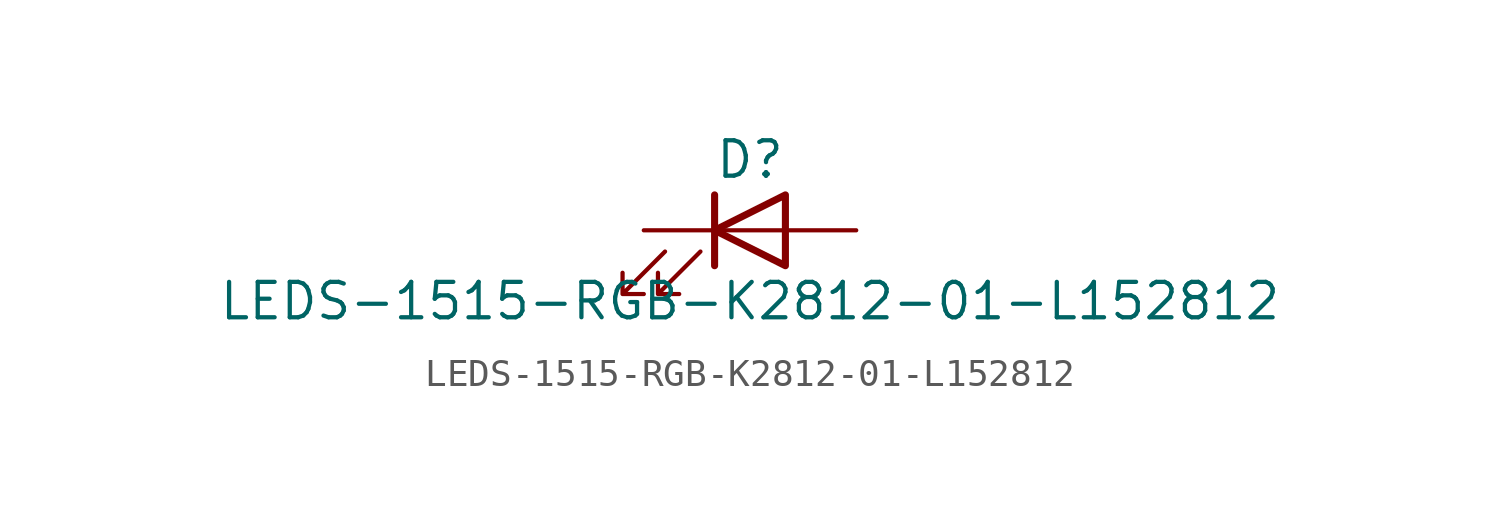
<source format=kicad_sym>
(kicad_symbol_lib
  (version 20211014)
  (generator kicad_symbol_editor)
  (symbol "LEDS-1515-RGB-K2812-01-L152812"
    (pin_numbers hide)
    (pin_names
      (offset 1.016) hide)
    (property "Reference" "D"
      (at 0 2.54 0)
      (effects (font (size 1.27 1.27))))
    (property "Value" "LEDS-1515-RGB-K2812-01-L152812"
      (at 0 -2.54 0)
      (effects (font (size 1.27 1.27))))
    (symbol "LEDS-1515-RGB-K2812-01-L152812_0_1"
      (polyline (pts (xy -1.27 -1.27) (xy -1.27 1.27)) (stroke (width 0.254) (type default) (color 0 0 0 0)) (fill (type none)))
      (polyline (pts (xy -1.27 0) (xy 1.27 0)) (stroke (width 0) (type default) (color 0 0 0 0)) (fill (type none)))
      (polyline (pts (xy 1.27 -1.27) (xy 1.27 1.27) (xy -1.27 0) (xy 1.27 -1.27)) (stroke (width 0.254) (type default) (color 0 0 0 0)) (fill (type none)))
      (polyline (pts (xy -3.048 -0.762) (xy -4.572 -2.286) (xy -3.81 -2.286) (xy -4.572 -2.286) (xy -4.572 -1.524)) (stroke (width 0) (type default) (color 0 0 0 0)) (fill (type none)))
      (polyline (pts (xy -1.778 -0.762) (xy -3.302 -2.286) (xy -2.54 -2.286) (xy -3.302 -2.286) (xy -3.302 -1.524)) (stroke (width 0) (type default) (color 0 0 0 0)) (fill (type none))))
    (symbol "LEDS-1515-RGB-K2812-01-L152812_1_1"
      (pin passive line (at -3.81 0 0) (length 2.54) (name "K" (effects (font (size 1.27 1.27)))) (number "1" (effects (font (size 1.27 1.27)))))
      (pin passive line (at 3.81 0 180) (length 2.54) (name "A" (effects (font (size 1.27 1.27)))) (number "2" (effects (font (size 1.27 1.27))))))))
</source>
